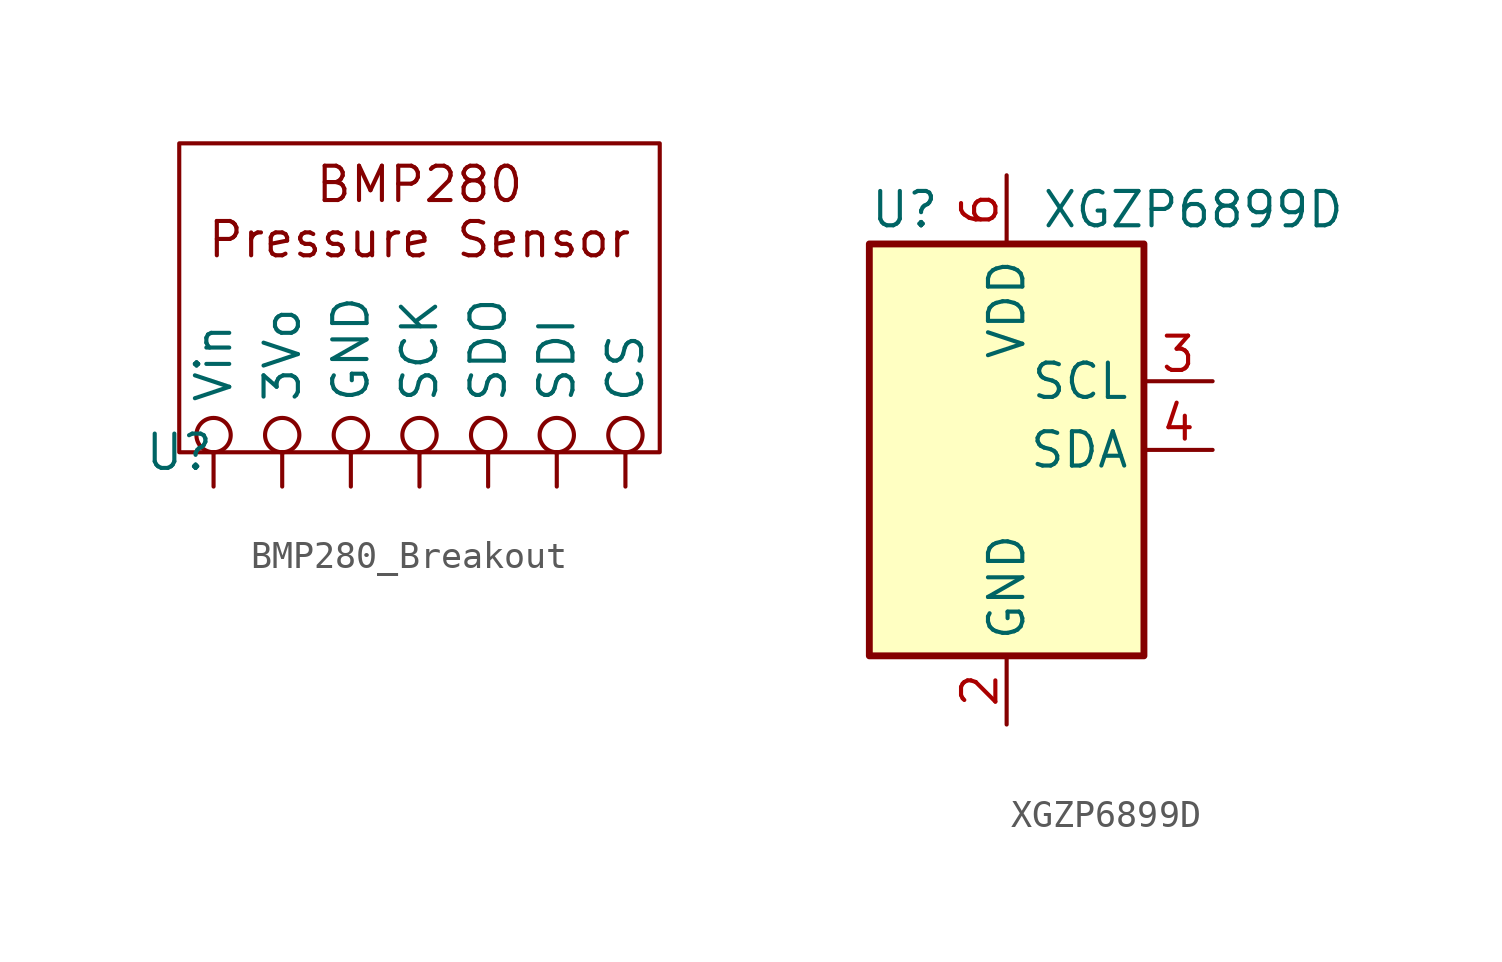
<source format=kicad_sym>
(kicad_symbol_lib
  (version 20220914)
  (generator kicad_symbol_editor)
  (symbol "BMP280_Breakout"
    (property "Reference" "U"
      (at 0 0 0)
      (effects (font (size 1.27 1.27))))
    (property "Value" ""
      (at 0 0 0)
      (effects (font (size 1.27 1.27))))
    (symbol "BMP280_Breakout_0_1"
      (rectangle (start 0 11.43) (end 17.78 0) (stroke (width 0) (type default)) (fill (type none))))
    (symbol "BMP280_Breakout_1_1"
      (text "BMP280\nPressure Sensor" (at 8.89 8.89 0) (effects (font (size 1.27 1.27))))
      (pin power_out inverted (at 3.81 -1.27 90) (length 2.54) (name "3Vo" (effects (font (size 1.27 1.27)))) (number "" (effects (font (size 1.27 1.27)))))
      (pin power_in inverted (at 16.51 -1.27 90) (length 2.54) (name "CS" (effects (font (size 1.27 1.27)))) (number "" (effects (font (size 1.27 1.27)))))
      (pin power_in inverted (at 6.35 -1.27 90) (length 2.54) (name "GND" (effects (font (size 1.27 1.27)))) (number "" (effects (font (size 1.27 1.27)))))
      (pin input inverted (at 8.89 -1.27 90) (length 2.54) (name "SCK" (effects (font (size 1.27 1.27)))) (number "" (effects (font (size 1.27 1.27)))))
      (pin bidirectional inverted (at 13.97 -1.27 90) (length 2.54) (name "SDI" (effects (font (size 1.27 1.27)))) (number "" (effects (font (size 1.27 1.27)))))
      (pin bidirectional inverted (at 11.43 -1.27 90) (length 2.54) (name "SDO" (effects (font (size 1.27 1.27)))) (number "" (effects (font (size 1.27 1.27)))))
      (pin power_in inverted (at 1.27 -1.27 90) (length 2.54) (name "Vin" (effects (font (size 1.27 1.27)))) (number "" (effects (font (size 1.27 1.27)))))))
  (symbol "XGZP6899D"
    (property "Reference" "U"
      (at -5.08 8.89 0)
      (effects (font (size 1.27 1.27)) (justify left)))
    (property "Value" "XGZP6899D"
      (at 1.27 8.89 0)
      (effects (font (size 1.27 1.27)) (justify left)))
    (symbol "XGZP6899D_0_1"
      (rectangle (start -5.08 7.62) (end 5.08 -7.62) (stroke (width 0.254) (type default)) (fill (type background))))
    (symbol "XGZP6899D_1_0"
      (pin no_connect line (at -5.08 2.54 0) (length 2.54) hide (name "NC" (effects (font (size 1.27 1.27)))) (number "1" (effects (font (size 1.27 1.27)))))
      (pin no_connect line (at -5.08 -5.08 0) (length 2.54) hide (name "NC" (effects (font (size 1.27 1.27)))) (number "5" (effects (font (size 1.27 1.27)))))
      (pin no_connect line (at -5.08 0 0) (length 2.54) hide (name "NC" (effects (font (size 1.27 1.27)))) (number "7" (effects (font (size 1.27 1.27)))))
      (pin no_connect line (at -5.08 -2.54 0) (length 2.54) hide (name "NC" (effects (font (size 1.27 1.27)))) (number "8" (effects (font (size 1.27 1.27))))))
    (symbol "XGZP6899D_1_1"
      (pin power_in line (at 0 -10.16 90) (length 2.54) (name "GND" (effects (font (size 1.27 1.27)))) (number "2" (effects (font (size 1.27 1.27)))))
      (pin passive line (at 7.62 2.54 180) (length 2.54) (name "SCL" (effects (font (size 1.27 1.27)))) (number "3" (effects (font (size 1.27 1.27)))))
      (pin bidirectional line (at 7.62 0 180) (length 2.54) (name "SDA" (effects (font (size 1.27 1.27)))) (number "4" (effects (font (size 1.27 1.27)))))
      (pin power_in line (at 0 10.16 270) (length 2.54) (name "VDD" (effects (font (size 1.27 1.27)))) (number "6" (effects (font (size 1.27 1.27))))))))
</source>
